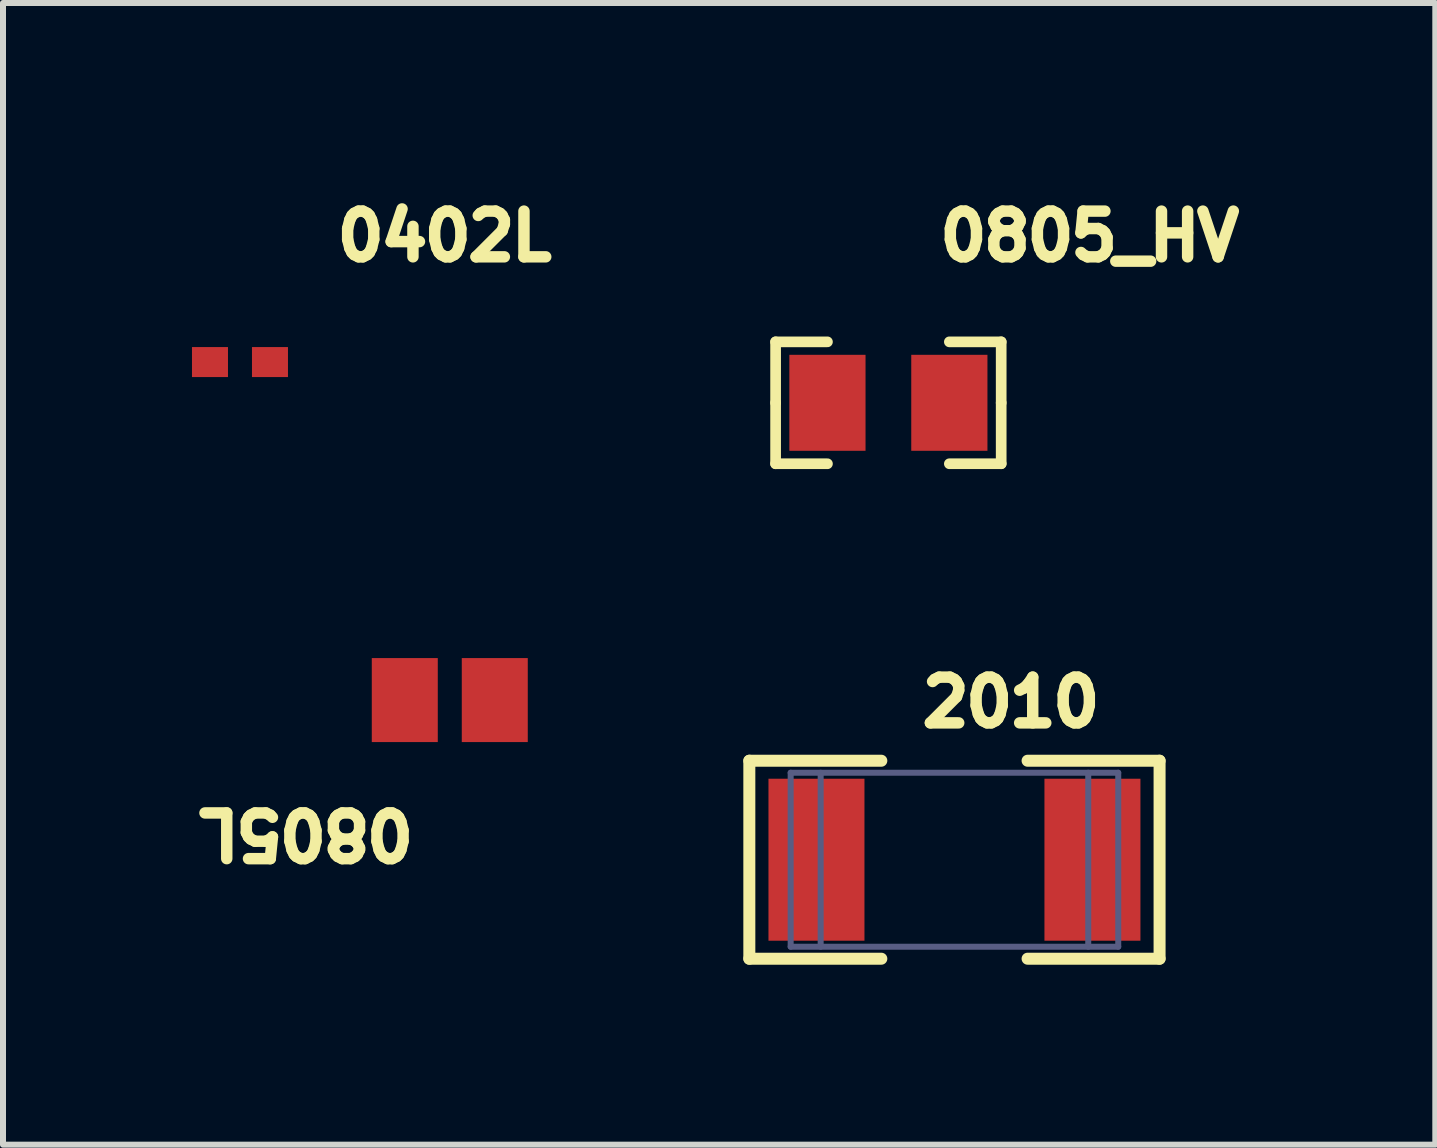
<source format=kicad_pcb>
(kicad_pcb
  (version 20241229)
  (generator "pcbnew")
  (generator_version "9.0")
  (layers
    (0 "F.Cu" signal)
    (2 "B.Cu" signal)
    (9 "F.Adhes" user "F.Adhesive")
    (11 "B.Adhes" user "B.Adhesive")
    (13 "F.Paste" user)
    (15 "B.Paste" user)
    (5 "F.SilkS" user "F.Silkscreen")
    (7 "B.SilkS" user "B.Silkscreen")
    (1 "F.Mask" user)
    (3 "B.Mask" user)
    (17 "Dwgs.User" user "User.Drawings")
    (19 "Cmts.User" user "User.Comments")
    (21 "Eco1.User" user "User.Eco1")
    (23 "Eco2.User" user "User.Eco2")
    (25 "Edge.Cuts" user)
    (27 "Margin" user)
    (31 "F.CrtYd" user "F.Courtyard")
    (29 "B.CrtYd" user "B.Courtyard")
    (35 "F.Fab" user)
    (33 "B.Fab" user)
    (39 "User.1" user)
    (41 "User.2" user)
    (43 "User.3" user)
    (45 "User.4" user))
  (footprint "0805L"
    (layer "F.Cu")
    (at 4.447 8.619)
    (property "Reference" "0805L" (at -0.508 1.778 180) (unlocked yes) (layer "F.SilkS") (effects (font (size 0.762 0.762) (thickness 0.254) (bold yes)) (justify left bottom)))
    (fp_line (start -1.425 -0.8) (end 1.425 -0.8) (stroke (width 0.1) (type solid)) (layer "Eco1.User"))
    (fp_line (start -1.425 0.8) (end -1.425 -0.8) (stroke (width 0.1) (type solid)) (layer "Eco1.User"))
    (fp_line (start -1.425 0.8) (end 1.425 0.8) (stroke (width 0.1) (type solid)) (layer "Eco1.User"))
    (fp_line (start -1.1 -0.725) (end 1.1 -0.725) (stroke (width 0.1) (type solid)) (layer "Eco1.User"))
    (fp_line (start -1.1 0.725) (end -1.1 -0.725) (stroke (width 0.1) (type solid)) (layer "Eco1.User"))
    (fp_line (start -1.1 0.725) (end 1.1 0.725) (stroke (width 0.1) (type solid)) (layer "Eco1.User"))
    (fp_line (start -0.65 0.725) (end -0.65 -0.725) (stroke (width 0.1) (type solid)) (layer "Eco1.User"))
    (fp_line (start -0.5 0) (end 0.5 0) (stroke (width 0.1) (type solid)) (layer "Eco1.User"))
    (fp_line (start 0 0.5) (end 0 -0.5) (stroke (width 0.1) (type solid)) (layer "Eco1.User"))
    (fp_line (start 0.65 0.725) (end 0.65 -0.725) (stroke (width 0.1) (type solid)) (layer "Eco1.User"))
    (fp_line (start 1.1 0.725) (end 1.1 -0.725) (stroke (width 0.1) (type solid)) (layer "Eco1.User"))
    (fp_line (start 1.425 0.8) (end 1.425 -0.8) (stroke (width 0.1) (type solid)) (layer "Eco1.User"))
    (fp_line (start -1.425 -0.8) (end 1.425 -0.8) (stroke (width 0.1) (type solid)) (layer "User.6"))
    (fp_line (start -1.425 0.8) (end -1.425 -0.8) (stroke (width 0.1) (type solid)) (layer "User.6"))
    (fp_line (start -1.425 0.8) (end 1.425 0.8) (stroke (width 0.1) (type solid)) (layer "User.6"))
    (fp_line (start 1.425 0.8) (end 1.425 -0.8) (stroke (width 0.1) (type solid)) (layer "User.6"))
    (fp_text user "${REFERENCE}" (at -0.381 0.254 180) (unlocked yes) (layer "User.6") (effects (font (size 0.635 0.635) (thickness 0.102))))
    (pad "1" smd rect (at -0.75 0 270) (size 1.4 1.1) (layers "F.Cu" "F.Mask" "F.Paste"))
    (pad "2" smd rect (at 0.75 0 270) (size 1.4 1.1) (layers "F.Cu" "F.Mask" "F.Paste")))
  (footprint "0805_HV"
    (layer "F.Cu")
    (at 11.758 3.664)
    (property "Reference" "0805_HV" (at 0.762 -2.33 0) (unlocked yes) (layer "F.SilkS") (effects (font (size 0.762 0.762) (thickness 0.254) (bold yes)) (justify left bottom)))
    (fp_line (start -1.88 -1.016) (end -1.88 0) (stroke (width 0.178) (type solid)) (layer "F.SilkS"))
    (fp_line (start -1.88 0) (end -1.88 1.016) (stroke (width 0.178) (type solid)) (layer "F.SilkS"))
    (fp_line (start -1.016 -1.016) (end -1.88 -1.016) (stroke (width 0.178) (type solid)) (layer "F.SilkS"))
    (fp_line (start -1.016 1.016) (end -1.88 1.016) (stroke (width 0.178) (type solid)) (layer "F.SilkS"))
    (fp_line (start 1.88 -1.016) (end 1.016 -1.016) (stroke (width 0.178) (type solid)) (layer "F.SilkS"))
    (fp_line (start 1.88 -1.016) (end 1.88 0) (stroke (width 0.178) (type solid)) (layer "F.SilkS"))
    (fp_line (start 1.88 0) (end 1.88 1.016) (stroke (width 0.178) (type solid)) (layer "F.SilkS"))
    (fp_line (start 1.88 1.016) (end 1.016 1.016) (stroke (width 0.178) (type solid)) (layer "F.SilkS"))
    (fp_line (start -1.1 -0.725) (end -1.1 0.725) (stroke (width 0.1) (type solid)) (layer "Eco1.User"))
    (fp_line (start -0.65 -0.725) (end -0.65 0.725) (stroke (width 0.1) (type solid)) (layer "Eco1.User"))
    (fp_line (start 0.65 -0.725) (end 0.65 0.725) (stroke (width 0.1) (type solid)) (layer "Eco1.User"))
    (fp_line (start 1.1 -0.725) (end -1.1 -0.725) (stroke (width 0.1) (type solid)) (layer "Eco1.User"))
    (fp_line (start 1.1 -0.725) (end 1.1 0.725) (stroke (width 0.1) (type solid)) (layer "Eco1.User"))
    (fp_line (start 1.1 0.725) (end -1.1 0.725) (stroke (width 0.1) (type solid)) (layer "Eco1.User"))
    (fp_line (start -1.88 -1.016) (end -1.88 1.016) (stroke (width 0.127) (type solid)) (layer "User.6"))
    (fp_line (start 1.88 -1.016) (end -1.88 -1.016) (stroke (width 0.127) (type solid)) (layer "User.6"))
    (fp_line (start 1.88 -1.016) (end 1.88 1.016) (stroke (width 0.127) (type solid)) (layer "User.6"))
    (fp_line (start 1.88 1.016) (end -1.88 1.016) (stroke (width 0.127) (type solid)) (layer "User.6"))
    (fp_text user "${REFERENCE}" (at 0.635 -0.552 0) (unlocked yes) (layer "User.6") (effects (font (size 0.889 0.889) (thickness 0.127))))
    (pad "1" smd rect (at -1.016 0 180) (size 1.27 1.6) (layers "F.Cu" "F.Mask" "F.Paste"))
    (pad "2" smd rect (at 1.016 0 180) (size 1.27 1.6) (layers "F.Cu" "F.Mask" "F.Paste")))
  (footprint "0402L"
    (layer "F.Cu")
    (at 0.95 2.985)
    (property "Reference" "0402L" (at 1.524 -1.651 0) (unlocked yes) (layer "F.SilkS") (effects (font (size 0.762 0.762) (thickness 0.254) (bold yes)) (justify left bottom)))
    (fp_line (start -0.9 -0.35) (end -0.9 0.35) (stroke (width 0.1) (type solid)) (layer "Eco1.User"))
    (fp_line (start -0.55 -0.3) (end -0.55 0.3) (stroke (width 0.1) (type solid)) (layer "Eco1.User"))
    (fp_line (start -0.35 -0.3) (end -0.35 0.3) (stroke (width 0.1) (type solid)) (layer "Eco1.User"))
    (fp_line (start 0 -0.3) (end 0 0.3) (stroke (width 0.1) (type solid)) (layer "Eco1.User"))
    (fp_line (start 0.3 0) (end -0.3 0) (stroke (width 0.1) (type solid)) (layer "Eco1.User"))
    (fp_line (start 0.35 -0.3) (end 0.35 0.3) (stroke (width 0.1) (type solid)) (layer "Eco1.User"))
    (fp_line (start 0.55 -0.3) (end -0.55 -0.3) (stroke (width 0.1) (type solid)) (layer "Eco1.User"))
    (fp_line (start 0.55 -0.3) (end 0.55 0.3) (stroke (width 0.1) (type solid)) (layer "Eco1.User"))
    (fp_line (start 0.55 0.3) (end -0.55 0.3) (stroke (width 0.1) (type solid)) (layer "Eco1.User"))
    (fp_line (start 0.9 -0.35) (end -0.9 -0.35) (stroke (width 0.1) (type solid)) (layer "Eco1.User"))
    (fp_line (start 0.9 -0.35) (end 0.9 0.35) (stroke (width 0.1) (type solid)) (layer "Eco1.User"))
    (fp_line (start 0.9 0.35) (end -0.9 0.35) (stroke (width 0.1) (type solid)) (layer "Eco1.User"))
    (fp_line (start -0.9 -0.35) (end -0.9 0.35) (stroke (width 0.1) (type solid)) (layer "User.6"))
    (fp_line (start 0.9 -0.35) (end -0.9 -0.35) (stroke (width 0.1) (type solid)) (layer "User.6"))
    (fp_line (start 0.9 -0.35) (end 0.9 0.35) (stroke (width 0.1) (type solid)) (layer "User.6"))
    (fp_line (start 0.9 0.35) (end -0.9 0.35) (stroke (width 0.1) (type solid)) (layer "User.6"))
    (fp_text user "${REFERENCE}" (at 0.498 -0.184 0) (unlocked yes) (layer "User.6") (effects (font (size 0.432 0.432) (thickness 0.076))))
    (pad "1" smd rect (at -0.5 0 270) (size 0.5 0.6) (layers "F.Cu" "F.Mask" "F.Paste"))
    (pad "2" smd rect (at 0.5 0 270) (size 0.5 0.6) (layers "F.Cu" "F.Mask" "F.Paste")))
  (footprint "2010"
    (layer "F.Cu")
    (at 12.859 11.28)
    (property "Reference" "2010" (at -0.635 -2.178 0) (unlocked yes) (layer "F.SilkS") (effects (font (size 0.762 0.762) (thickness 0.254) (bold yes)) (justify left bottom)))
    (fp_line (start -3.419 -1.65) (end -1.219 -1.65) (stroke (width 0.2) (type solid)) (layer "F.SilkS"))
    (fp_line (start -3.419 1.65) (end -3.419 -1.65) (stroke (width 0.2) (type solid)) (layer "F.SilkS"))
    (fp_line (start -3.419 1.65) (end -1.219 1.65) (stroke (width 0.2) (type solid)) (layer "F.SilkS"))
    (fp_line (start 1.219 -1.65) (end 3.419 -1.65) (stroke (width 0.2) (type solid)) (layer "F.SilkS"))
    (fp_line (start 1.219 1.65) (end 3.419 1.65) (stroke (width 0.2) (type solid)) (layer "F.SilkS"))
    (fp_line (start 3.419 1.65) (end 3.419 -1.65) (stroke (width 0.2) (type solid)) (layer "F.SilkS"))
    (fp_line (start -3.35 -1.6) (end 3.35 -1.6) (stroke (width 0.1) (type solid)) (layer "Eco1.User"))
    (fp_line (start -3.35 1.6) (end -3.35 -1.6) (stroke (width 0.1) (type solid)) (layer "Eco1.User"))
    (fp_line (start -3.35 1.6) (end 3.35 1.6) (stroke (width 0.1) (type solid)) (layer "Eco1.User"))
    (fp_line (start -0.5 0) (end 0.5 0) (stroke (width 0.1) (type solid)) (layer "Eco1.User"))
    (fp_line (start 0 0.5) (end 0 -0.5) (stroke (width 0.1) (type solid)) (layer "Eco1.User"))
    (fp_line (start 3.35 1.6) (end 3.35 -1.6) (stroke (width 0.1) (type solid)) (layer "Eco1.User"))
    (fp_line (start -2.73 -1.45) (end 2.73 -1.45) (stroke (width 0.1) (type solid)) (layer "B.Fab"))
    (fp_line (start -2.73 1.45) (end -2.73 -1.45) (stroke (width 0.1) (type solid)) (layer "B.Fab"))
    (fp_line (start -2.73 1.45) (end 2.73 1.45) (stroke (width 0.1) (type solid)) (layer "B.Fab"))
    (fp_line (start -2.23 1.45) (end -2.23 -1.45) (stroke (width 0.1) (type solid)) (layer "B.Fab"))
    (fp_line (start 2.23 1.45) (end 2.23 -1.45) (stroke (width 0.1) (type solid)) (layer "B.Fab"))
    (fp_line (start 2.73 1.45) (end 2.73 -1.45) (stroke (width 0.1) (type solid)) (layer "B.Fab"))
    (fp_line (start -2.73 -1.45) (end 2.73 -1.45) (stroke (width 0.1) (type solid)) (layer "User.5"))
    (fp_line (start -2.73 1.45) (end -2.73 -1.45) (stroke (width 0.1) (type solid)) (layer "User.5"))
    (fp_line (start -2.73 1.45) (end 2.73 1.45) (stroke (width 0.1) (type solid)) (layer "User.5"))
    (fp_line (start 2.73 1.45) (end 2.73 -1.45) (stroke (width 0.1) (type solid)) (layer "User.5"))
    (fp_text user "${REFERENCE}" (at -1.875 0.5 0) (unlocked yes) (layer "User.5") (effects (font (size 1.016 1.016) (thickness 0.152))))
    (pad "1" smd rect (at -2.3 0 90) (size 2.7 1.6) (layers "F.Cu" "F.Mask" "F.Paste"))
    (pad "2" smd rect (at 2.3 0 90) (size 2.7 1.6) (layers "F.Cu" "F.Mask" "F.Paste")))
  (gr_rect
    (start -3 -3)
    (end 20.874 16.03)
    (stroke (width 0.1) (type default))
    (fill no)
    (layer "Edge.Cuts")))
</source>
